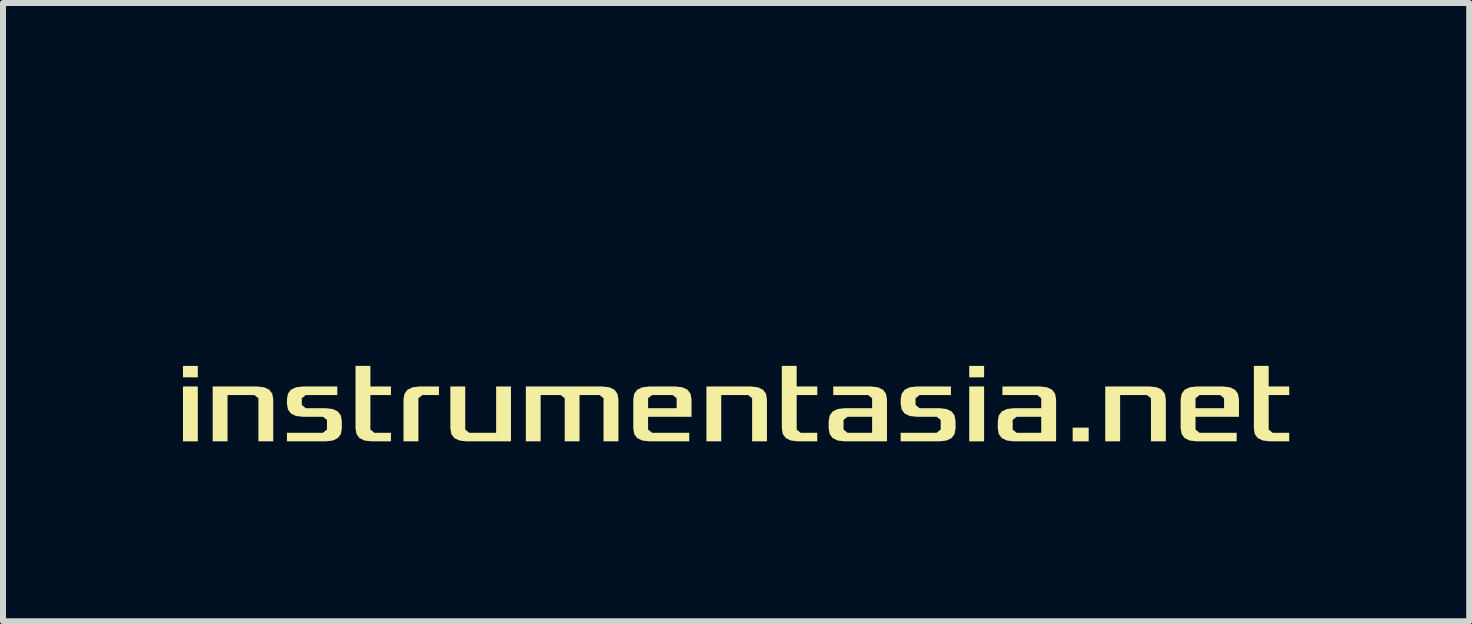
<source format=kicad_pcb>
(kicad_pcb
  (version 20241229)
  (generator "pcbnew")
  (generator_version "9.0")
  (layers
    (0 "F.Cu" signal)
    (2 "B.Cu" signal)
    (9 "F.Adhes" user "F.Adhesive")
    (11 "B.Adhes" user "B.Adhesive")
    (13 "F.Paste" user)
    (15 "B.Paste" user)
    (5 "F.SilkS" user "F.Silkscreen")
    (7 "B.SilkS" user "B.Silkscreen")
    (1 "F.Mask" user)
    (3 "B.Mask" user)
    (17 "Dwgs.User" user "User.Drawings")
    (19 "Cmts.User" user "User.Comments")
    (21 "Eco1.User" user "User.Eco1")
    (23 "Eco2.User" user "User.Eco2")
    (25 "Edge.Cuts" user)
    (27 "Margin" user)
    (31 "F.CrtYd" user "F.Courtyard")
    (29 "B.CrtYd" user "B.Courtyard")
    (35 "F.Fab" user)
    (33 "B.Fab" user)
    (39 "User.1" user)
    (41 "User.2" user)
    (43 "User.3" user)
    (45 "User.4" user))
  (footprint "kibuzzard-633E8939"
    (layer "F.Cu")
    (at 9.22 3.678)
    (property "Reference" "kibuzzard-633E8939" (at 0 -3.677 0) (layer "F.SilkS") (effects (font (size 0.001 0.001) (thickness 0.15))))
    (attr board_only exclude_from_pos_files exclude_from_bom)
    (fp_poly (pts (xy -9.22 -0.438) (xy -9.22 -0.629) (xy -8.973 -0.629) (xy -8.973 -0.438) (xy -9.22 -0.438)) (stroke (width 0) (type solid)) (fill yes) (layer "F.SilkS"))
    (fp_poly (pts (xy -9.22 0.629) (xy -9.22 -0.286) (xy -8.973 -0.286) (xy -8.973 0.629) (xy -9.22 0.629)) (stroke (width 0) (type solid)) (fill yes) (layer "F.SilkS"))
    (fp_poly (pts (xy 3.886 -0.438) (xy 3.886 -0.629) (xy 4.134 -0.629) (xy 4.134 -0.438) (xy 3.886 -0.438)) (stroke (width 0) (type solid)) (fill yes) (layer "F.SilkS"))
    (fp_poly (pts (xy 3.886 0.629) (xy 3.886 -0.286) (xy 4.134 -0.286) (xy 4.134 0.629) (xy 3.886 0.629)) (stroke (width 0) (type solid)) (fill yes) (layer "F.SilkS"))
    (fp_poly (pts (xy 5.61 0.629) (xy 5.61 0.4) (xy 5.877 0.4) (xy 5.877 0.629) (xy 5.61 0.629)) (stroke (width 0) (type solid)) (fill yes) (layer "F.SilkS"))
    (fp_poly (pts (xy -5.544 0.629) (xy -5.544 -0.072) (xy -5.527 -0.166) (xy -5.477 -0.232) (xy -5.394 -0.272) (xy -5.277 -0.286) (xy -4.953 -0.286) (xy -4.953 -0.143) (xy -5.229 -0.143) (xy -5.296 -0.09) (xy -5.296 0.629) (xy -5.544 0.629)) (stroke (width 0) (type solid)) (fill yes) (layer "F.SilkS"))
    (fp_poly (pts (xy -8.725 0.629) (xy -8.725 -0.286) (xy -7.982 -0.286) (xy -7.865 -0.272) (xy -7.782 -0.232) (xy -7.732 -0.166) (xy -7.715 -0.072) (xy -7.715 0.629) (xy -7.963 0.629) (xy -7.963 -0.09) (xy -8.03 -0.143) (xy -8.477 -0.143) (xy -8.477 0.629) (xy -8.725 0.629)) (stroke (width 0) (type solid)) (fill yes) (layer "F.SilkS"))
    (fp_poly (pts (xy -4.763 0.415) (xy -4.763 -0.286) (xy -4.515 -0.286) (xy -4.515 0.432) (xy -4.448 0.486) (xy -4 0.486) (xy -4 -0.286) (xy -3.753 -0.286) (xy -3.753 0.629) (xy -4.496 0.629) (xy -4.612 0.615) (xy -4.696 0.575) (xy -4.746 0.509) (xy -4.763 0.415)) (stroke (width 0) (type solid)) (fill yes) (layer "F.SilkS"))
    (fp_poly (pts (xy -0.495 0.629) (xy -0.495 -0.286) (xy 0.248 -0.286) (xy 0.364 -0.272) (xy 0.448 -0.232) (xy 0.498 -0.166) (xy 0.514 -0.072) (xy 0.514 0.629) (xy 0.267 0.629) (xy 0.267 -0.09) (xy 0.2 -0.143) (xy -0.248 -0.143) (xy -0.248 0.629) (xy -0.495 0.629)) (stroke (width 0) (type solid)) (fill yes) (layer "F.SilkS"))
    (fp_poly (pts (xy 6.153 0.629) (xy 6.153 -0.286) (xy 6.896 -0.286) (xy 7.013 -0.272) (xy 7.096 -0.232) (xy 7.146 -0.166) (xy 7.163 -0.072) (xy 7.163 0.629) (xy 6.915 0.629) (xy 6.915 -0.09) (xy 6.848 -0.143) (xy 6.401 -0.143) (xy 6.401 0.629) (xy 6.153 0.629)) (stroke (width 0) (type solid)) (fill yes) (layer "F.SilkS"))
    (fp_poly (pts (xy -6.344 0.415) (xy -6.344 -0.629) (xy -6.096 -0.629) (xy -6.096 -0.286) (xy -5.753 -0.286) (xy -5.753 -0.143) (xy -6.096 -0.143) (xy -6.096 0.432) (xy -6.029 0.486) (xy -5.753 0.486) (xy -5.753 0.629) (xy -6.077 0.629) (xy -6.194 0.615) (xy -6.277 0.575) (xy -6.327 0.509) (xy -6.344 0.415)) (stroke (width 0) (type solid)) (fill yes) (layer "F.SilkS"))
    (fp_poly (pts (xy 0.762 0.415) (xy 0.762 -0.629) (xy 1.01 -0.629) (xy 1.01 -0.286) (xy 1.353 -0.286) (xy 1.353 -0.143) (xy 1.01 -0.143) (xy 1.01 0.432) (xy 1.076 0.486) (xy 1.353 0.486) (xy 1.353 0.629) (xy 1.029 0.629) (xy 0.912 0.615) (xy 0.829 0.575) (xy 0.779 0.509) (xy 0.762 0.415)) (stroke (width 0) (type solid)) (fill yes) (layer "F.SilkS"))
    (fp_poly (pts (xy 8.63 0.415) (xy 8.63 -0.629) (xy 8.877 -0.629) (xy 8.877 -0.286) (xy 9.22 -0.286) (xy 9.22 -0.143) (xy 8.877 -0.143) (xy 8.877 0.432) (xy 8.944 0.486) (xy 9.22 0.486) (xy 9.22 0.629) (xy 8.896 0.629) (xy 8.78 0.615) (xy 8.696 0.575) (xy 8.646 0.509) (xy 8.63 0.415)) (stroke (width 0) (type solid)) (fill yes) (layer "F.SilkS"))
    (fp_poly (pts (xy -3.505 0.629) (xy -3.505 -0.286) (xy -2.229 -0.286) (xy -2.112 -0.272) (xy -2.029 -0.232) (xy -1.979 -0.166) (xy -1.962 -0.072) (xy -1.962 0.629) (xy -2.21 0.629) (xy -2.21 -0.09) (xy -2.276 -0.143) (xy -2.61 -0.143) (xy -2.61 0.629) (xy -2.857 0.629) (xy -2.857 -0.09) (xy -2.924 -0.143) (xy -3.258 -0.143) (xy -3.258 0.629) (xy -3.505 0.629)) (stroke (width 0) (type solid)) (fill yes) (layer "F.SilkS"))
    (fp_poly (pts (xy -1.714 0.415) (xy -1.714 -0.072) (xy -1.698 -0.166) (xy -1.648 -0.232) (xy -1.564 -0.272) (xy -1.448 -0.286) (xy -1.01 -0.286) (xy -0.893 -0.272) (xy -0.81 -0.232) (xy -0.76 -0.166) (xy -0.743 -0.072) (xy -0.743 0.219) (xy -1.467 0.219) (xy -1.467 0.076) (xy -0.991 0.076) (xy -0.991 -0.09) (xy -1.057 -0.143) (xy -1.4 -0.143) (xy -1.467 -0.09) (xy -1.467 0.076) (xy -1.467 0.219) (xy -1.467 0.432) (xy -1.4 0.486) (xy -0.781 0.486) (xy -0.781 0.629) (xy -1.448 0.629) (xy -1.564 0.615) (xy -1.648 0.575) (xy -1.698 0.509) (xy -1.714 0.415)) (stroke (width 0) (type solid)) (fill yes) (layer "F.SilkS"))
    (fp_poly (pts (xy 7.41 0.415) (xy 7.41 -0.072) (xy 7.427 -0.166) (xy 7.477 -0.232) (xy 7.56 -0.272) (xy 7.677 -0.286) (xy 8.115 -0.286) (xy 8.232 -0.272) (xy 8.315 -0.232) (xy 8.365 -0.166) (xy 8.382 -0.072) (xy 8.382 0.219) (xy 7.658 0.219) (xy 7.658 0.076) (xy 8.134 0.076) (xy 8.134 -0.09) (xy 8.068 -0.143) (xy 7.725 -0.143) (xy 7.658 -0.09) (xy 7.658 0.076) (xy 7.658 0.219) (xy 7.658 0.432) (xy 7.725 0.486) (xy 8.344 0.486) (xy 8.344 0.629) (xy 7.677 0.629) (xy 7.56 0.615) (xy 7.477 0.575) (xy 7.427 0.509) (xy 7.41 0.415)) (stroke (width 0) (type solid)) (fill yes) (layer "F.SilkS"))
    (fp_poly (pts (xy 1.543 0.415) (xy 1.543 0.29) (xy 1.56 0.196) (xy 1.61 0.13) (xy 1.693 0.09) (xy 1.81 0.076) (xy 2.267 0.076) (xy 2.267 -0.09) (xy 2.2 -0.143) (xy 1.619 -0.143) (xy 1.619 -0.286) (xy 2.248 -0.286) (xy 2.365 -0.272) (xy 2.448 -0.232) (xy 2.498 -0.166) (xy 2.515 -0.072) (xy 2.515 0.629) (xy 1.857 0.629) (xy 1.857 0.486) (xy 2.267 0.486) (xy 2.267 0.219) (xy 1.857 0.219) (xy 1.791 0.272) (xy 1.791 0.432) (xy 1.857 0.486) (xy 1.857 0.629) (xy 1.81 0.629) (xy 1.693 0.615) (xy 1.61 0.575) (xy 1.56 0.509) (xy 1.543 0.415)) (stroke (width 0) (type solid)) (fill yes) (layer "F.SilkS"))
    (fp_poly (pts (xy 4.362 0.415) (xy 4.362 0.29) (xy 4.379 0.196) (xy 4.429 0.13) (xy 4.512 0.09) (xy 4.629 0.076) (xy 5.086 0.076) (xy 5.086 -0.09) (xy 5.02 -0.143) (xy 4.439 -0.143) (xy 4.439 -0.286) (xy 5.067 -0.286) (xy 5.184 -0.272) (xy 5.267 -0.232) (xy 5.317 -0.166) (xy 5.334 -0.072) (xy 5.334 0.629) (xy 4.677 0.629) (xy 4.677 0.486) (xy 5.086 0.486) (xy 5.086 0.219) (xy 4.677 0.219) (xy 4.61 0.272) (xy 4.61 0.432) (xy 4.677 0.486) (xy 4.677 0.629) (xy 4.629 0.629) (xy 4.512 0.615) (xy 4.429 0.575) (xy 4.379 0.509) (xy 4.362 0.415)) (stroke (width 0) (type solid)) (fill yes) (layer "F.SilkS"))
    (fp_poly (pts (xy -7.487 0.629) (xy -7.487 0.486) (xy -6.887 0.486) (xy -6.82 0.432) (xy -6.82 0.272) (xy -6.887 0.219) (xy -7.22 0.219) (xy -7.337 0.206) (xy -7.42 0.166) (xy -7.47 0.099) (xy -7.487 0.006) (xy -7.487 -0.072) (xy -7.47 -0.166) (xy -7.42 -0.232) (xy -7.337 -0.272) (xy -7.22 -0.286) (xy -6.648 -0.286) (xy -6.648 -0.143) (xy -7.172 -0.143) (xy -7.239 -0.09) (xy -7.239 0.023) (xy -7.172 0.076) (xy -6.839 0.076) (xy -6.722 0.09) (xy -6.639 0.13) (xy -6.589 0.196) (xy -6.572 0.29) (xy -6.572 0.415) (xy -6.589 0.509) (xy -6.639 0.575) (xy -6.722 0.615) (xy -6.839 0.629) (xy -7.487 0.629)) (stroke (width 0) (type solid)) (fill yes) (layer "F.SilkS"))
    (fp_poly (pts (xy 2.743 0.629) (xy 2.743 0.486) (xy 3.343 0.486) (xy 3.41 0.432) (xy 3.41 0.272) (xy 3.343 0.219) (xy 3.01 0.219) (xy 2.893 0.206) (xy 2.81 0.166) (xy 2.76 0.099) (xy 2.743 0.006) (xy 2.743 -0.072) (xy 2.76 -0.166) (xy 2.81 -0.232) (xy 2.893 -0.272) (xy 3.01 -0.286) (xy 3.581 -0.286) (xy 3.581 -0.143) (xy 3.058 -0.143) (xy 2.991 -0.09) (xy 2.991 0.023) (xy 3.058 0.076) (xy 3.391 0.076) (xy 3.508 0.09) (xy 3.591 0.13) (xy 3.641 0.196) (xy 3.658 0.29) (xy 3.658 0.415) (xy 3.641 0.509) (xy 3.591 0.575) (xy 3.508 0.615) (xy 3.391 0.629) (xy 2.743 0.629)) (stroke (width 0) (type solid)) (fill yes) (layer "F.SilkS")))
  (gr_rect
    (start -3 -3)
    (end 21.44 7.306)
    (stroke (width 0.1) (type default))
    (fill no)
    (layer "Edge.Cuts")))
</source>
